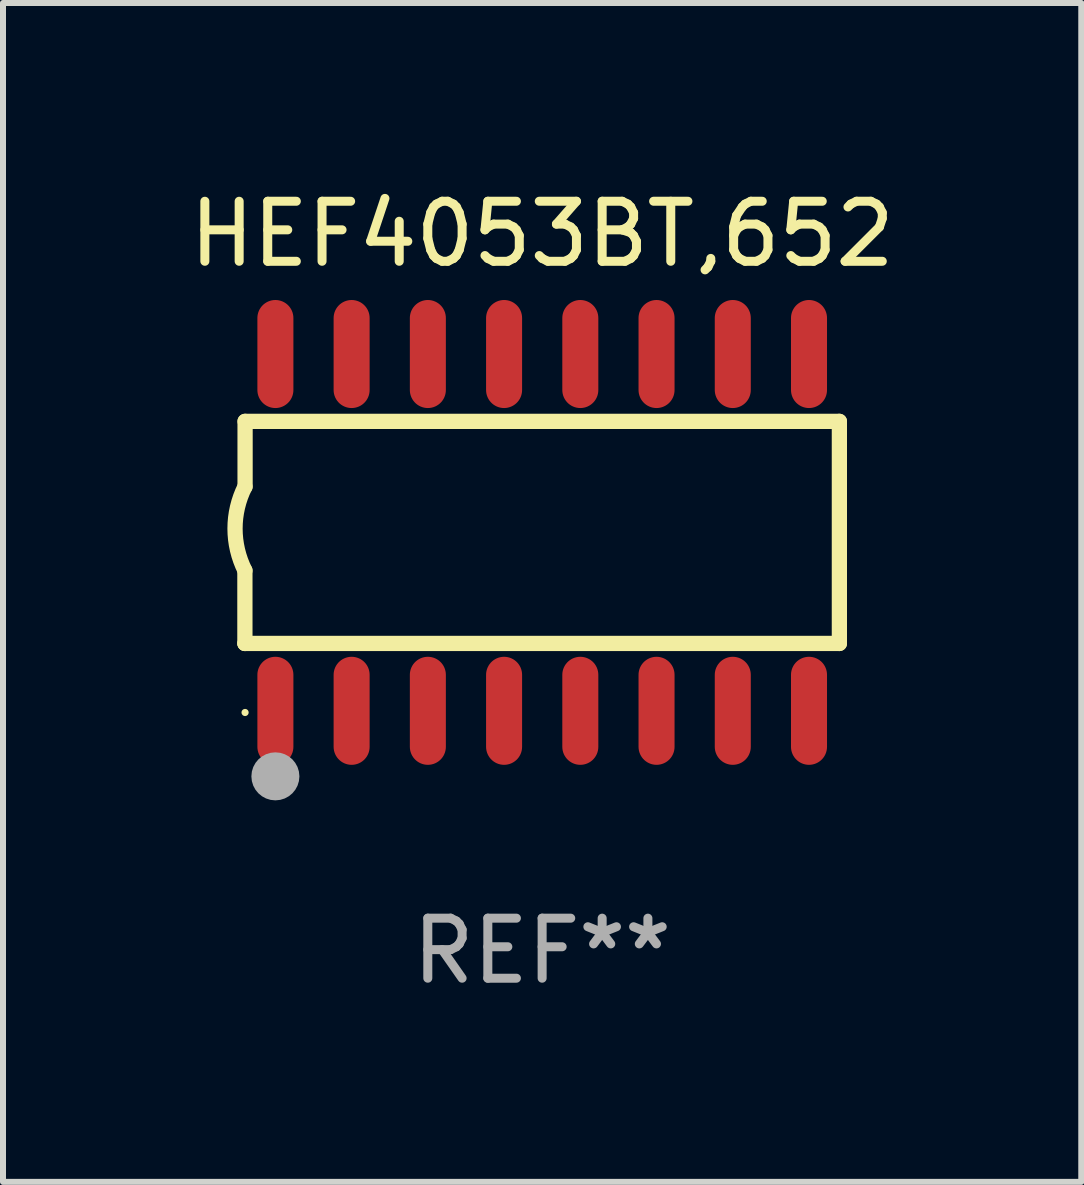
<source format=kicad_pcb>
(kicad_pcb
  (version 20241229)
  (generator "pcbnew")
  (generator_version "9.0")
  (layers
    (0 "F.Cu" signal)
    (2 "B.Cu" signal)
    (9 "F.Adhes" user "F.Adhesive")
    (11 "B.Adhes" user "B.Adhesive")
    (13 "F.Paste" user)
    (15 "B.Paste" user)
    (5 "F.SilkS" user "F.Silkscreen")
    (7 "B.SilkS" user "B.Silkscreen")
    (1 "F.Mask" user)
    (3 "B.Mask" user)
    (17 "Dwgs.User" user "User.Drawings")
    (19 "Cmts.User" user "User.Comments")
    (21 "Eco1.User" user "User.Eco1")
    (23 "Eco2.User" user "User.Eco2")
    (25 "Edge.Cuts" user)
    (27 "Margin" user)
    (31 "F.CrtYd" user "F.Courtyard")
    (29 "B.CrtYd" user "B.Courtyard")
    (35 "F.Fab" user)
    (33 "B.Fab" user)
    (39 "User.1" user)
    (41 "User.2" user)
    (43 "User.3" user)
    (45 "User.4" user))
  (footprint "HEF4053BT,652"
    (layer "F.Cu")
    (at 5.982 5.82)
    (property "Reference" "HEF4053BT,652" (at 0 -4.972 0) (layer "F.SilkS") (effects (font (size 1 1) (thickness 0.15))))
    (attr through_hole)
    (fp_line (start -4.952 0.635) (end -4.952 1.85) (stroke (width 0.254) (type solid)) (layer "F.SilkS"))
    (fp_line (start -4.952 1.85) (end -4.949 1.85) (stroke (width 0.254) (type solid)) (layer "F.SilkS"))
    (fp_line (start -4.949 -1.85) (end -4.949 -0.762) (stroke (width 0.254) (type solid)) (layer "F.SilkS"))
    (fp_line (start -4.949 1.85) (end 4.952 1.85) (stroke (width 0.254) (type solid)) (layer "F.SilkS"))
    (fp_line (start 4.952 -1.85) (end -4.949 -1.85) (stroke (width 0.254) (type solid)) (layer "F.SilkS"))
    (fp_line (start 4.952 1.85) (end 4.952 -1.85) (stroke (width 0.254) (type solid)) (layer "F.SilkS"))
    (fp_arc (start -4.951524 0.635001) (mid -5.116418 -0.0635) (end -4.951524 -0.762002) (stroke (width 0.254001) (type solid)) (layer "F.SilkS"))
    (fp_circle (center -4.949 3) (end -4.919 3) (stroke (width 0.06) (type solid)) (fill no) (layer "F.SilkS"))
    (fp_circle (center -4.444 4.064) (end -4.244 4.064) (stroke (width 0.4) (type solid)) (fill no) (layer "F.Fab"))
    (fp_text user "REF**" (at 0 6.972 0) (layer "F.Fab") (effects (font (size 1 1) (thickness 0.15))))
    (pad "1" smd oval (at -4.444 2.972 180) (size 0.6 1.8) (layers "F.Cu" "F.Mask" "F.Paste"))
    (pad "2" smd oval (at -3.174 2.972 180) (size 0.6 1.8) (layers "F.Cu" "F.Mask" "F.Paste"))
    (pad "3" smd oval (at -1.904 2.972 180) (size 0.6 1.8) (layers "F.Cu" "F.Mask" "F.Paste"))
    (pad "4" smd oval (at -0.634 2.972 180) (size 0.6 1.8) (layers "F.Cu" "F.Mask" "F.Paste"))
    (pad "5" smd oval (at 0.636 2.972 180) (size 0.6 1.8) (layers "F.Cu" "F.Mask" "F.Paste"))
    (pad "6" smd oval (at 1.906 2.972 180) (size 0.6 1.8) (layers "F.Cu" "F.Mask" "F.Paste"))
    (pad "7" smd oval (at 3.176 2.972 180) (size 0.6 1.8) (layers "F.Cu" "F.Mask" "F.Paste"))
    (pad "8" smd oval (at 4.446 2.972 180) (size 0.6 1.8) (layers "F.Cu" "F.Mask" "F.Paste"))
    (pad "9" smd oval (at 4.446 -2.972 180) (size 0.6 1.8) (layers "F.Cu" "F.Mask" "F.Paste"))
    (pad "10" smd oval (at 3.176 -2.972 180) (size 0.6 1.8) (layers "F.Cu" "F.Mask" "F.Paste"))
    (pad "11" smd oval (at 1.906 -2.972 180) (size 0.6 1.8) (layers "F.Cu" "F.Mask" "F.Paste"))
    (pad "12" smd oval (at 0.636 -2.972 180) (size 0.6 1.8) (layers "F.Cu" "F.Mask" "F.Paste"))
    (pad "13" smd oval (at -0.634 -2.972 180) (size 0.6 1.8) (layers "F.Cu" "F.Mask" "F.Paste"))
    (pad "14" smd oval (at -1.904 -2.972 180) (size 0.6 1.8) (layers "F.Cu" "F.Mask" "F.Paste"))
    (pad "15" smd oval (at -3.174 -2.972 180) (size 0.6 1.8) (layers "F.Cu" "F.Mask" "F.Paste"))
    (pad "16" smd oval (at -4.444 -2.972 180) (size 0.6 1.8) (layers "F.Cu" "F.Mask" "F.Paste")))
  (gr_rect
    (start -3 -3)
    (end 14.964 16.64)
    (stroke (width 0.1) (type default))
    (fill no)
    (layer "Edge.Cuts")))
</source>
